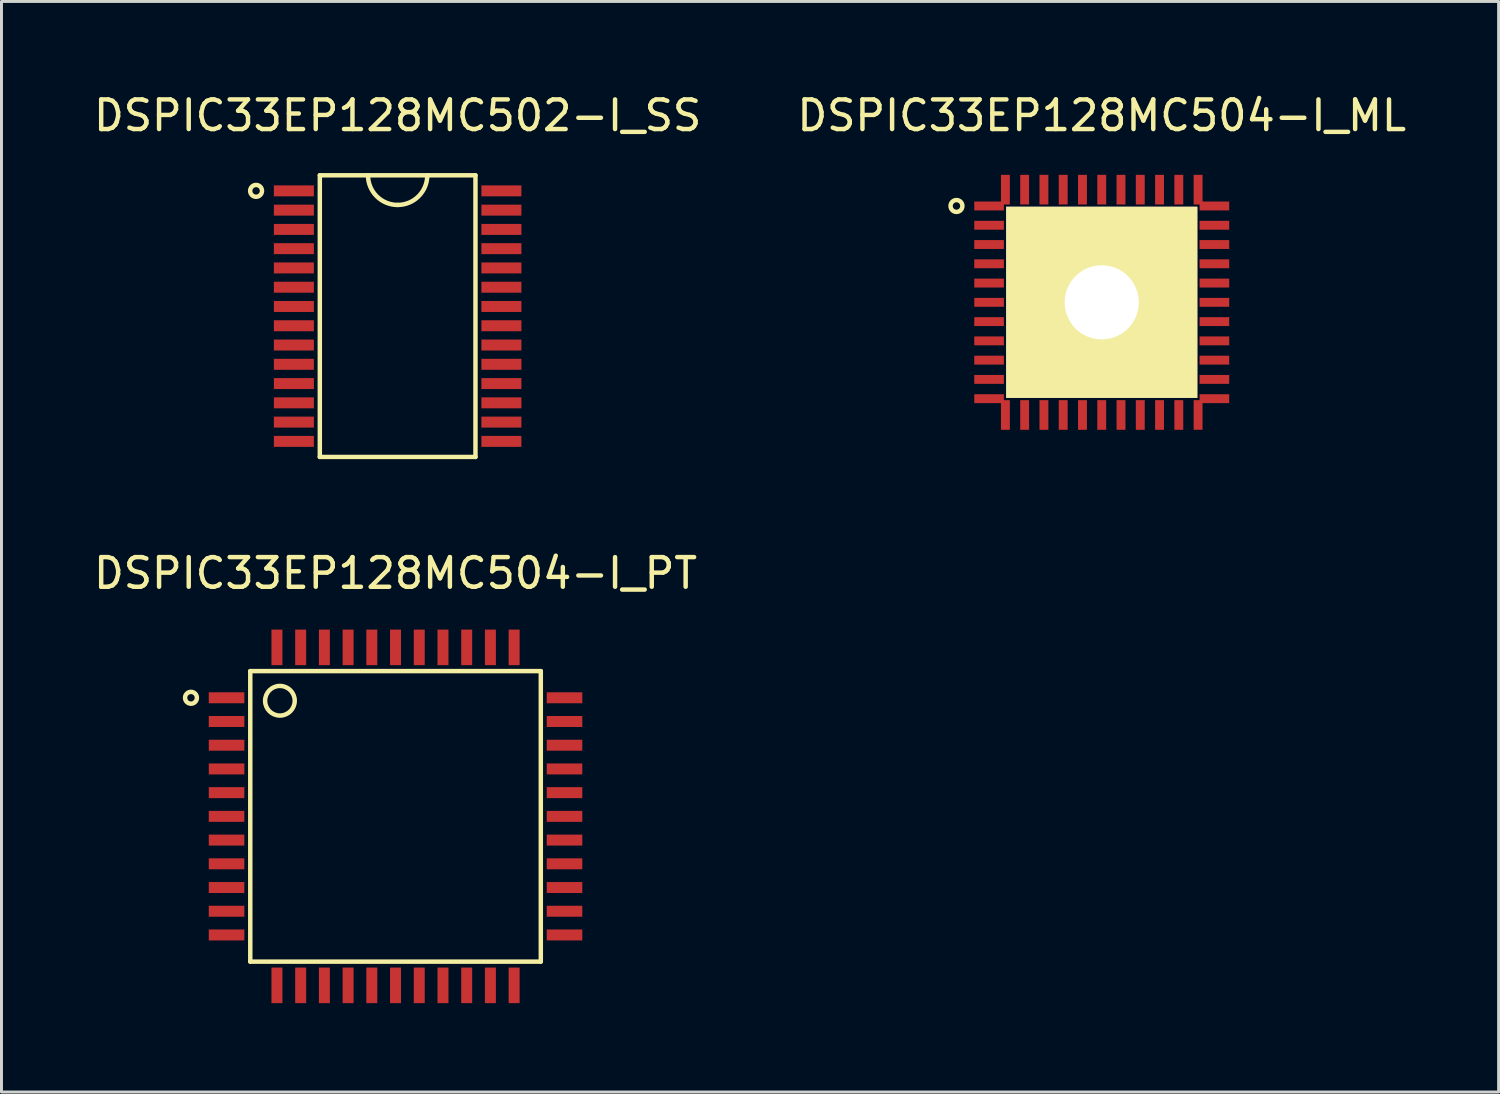
<source format=kicad_pcb>
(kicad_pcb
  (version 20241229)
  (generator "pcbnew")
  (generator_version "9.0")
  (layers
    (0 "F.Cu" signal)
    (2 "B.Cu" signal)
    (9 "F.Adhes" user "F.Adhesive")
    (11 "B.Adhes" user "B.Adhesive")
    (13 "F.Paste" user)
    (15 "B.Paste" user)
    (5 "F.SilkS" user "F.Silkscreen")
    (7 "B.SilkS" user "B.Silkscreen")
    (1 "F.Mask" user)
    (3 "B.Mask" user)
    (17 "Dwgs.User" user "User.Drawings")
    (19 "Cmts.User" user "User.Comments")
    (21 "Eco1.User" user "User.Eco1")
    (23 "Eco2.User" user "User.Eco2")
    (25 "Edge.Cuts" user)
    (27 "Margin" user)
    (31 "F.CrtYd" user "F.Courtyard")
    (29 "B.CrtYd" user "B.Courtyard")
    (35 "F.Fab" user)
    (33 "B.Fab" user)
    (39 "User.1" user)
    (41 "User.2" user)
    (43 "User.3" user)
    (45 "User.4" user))
  (footprint "DSPIC33EP128MC502-I_SS"
    (layer "F.Cu")
    (at 6.863 3.388)
    (property "Reference" "DSPIC33EP128MC502-I_SS" (at 3.5 -2.54 0) (layer "F.SilkS") (effects (font (size 1 1) (thickness 0.15))))
    (attr through_hole)
    (fp_line (start 0.875 -0.525) (end 6.125 -0.525) (stroke (width 0.15) (type solid)) (layer "F.SilkS"))
    (fp_line (start 0.875 8.975) (end 0.875 -0.525) (stroke (width 0.15) (type solid)) (layer "F.SilkS"))
    (fp_line (start 6.125 -0.525) (end 6.125 8.975) (stroke (width 0.15) (type solid)) (layer "F.SilkS"))
    (fp_line (start 6.125 8.975) (end 0.875 8.975) (stroke (width 0.15) (type solid)) (layer "F.SilkS"))
    (fp_arc (start 3.5 0.475) (mid 2.792893 0.182107) (end 2.5 -0.525) (stroke (width 0.15) (type solid)) (layer "F.SilkS"))
    (fp_arc (start 4.5 -0.525) (mid 4.207107 0.182107) (end 3.5 0.475) (stroke (width 0.15) (type solid)) (layer "F.SilkS"))
    (fp_circle (center -1.275 0) (end -1.275 0.2) (stroke (width 0.15) (type solid)) (fill no) (layer "F.SilkS"))
    (pad "1" smd rect (at 0 0) (size 1.35 0.37) (layers "F.Cu" "F.Mask" "F.Paste"))
    (pad "2" smd rect (at 0 0.65) (size 1.35 0.37) (layers "F.Cu" "F.Mask" "F.Paste"))
    (pad "3" smd rect (at 0 1.3) (size 1.35 0.37) (layers "F.Cu" "F.Mask" "F.Paste"))
    (pad "4" smd rect (at 0 1.95) (size 1.35 0.37) (layers "F.Cu" "F.Mask" "F.Paste"))
    (pad "5" smd rect (at 0 2.6) (size 1.35 0.37) (layers "F.Cu" "F.Mask" "F.Paste"))
    (pad "6" smd rect (at 0 3.25) (size 1.35 0.37) (layers "F.Cu" "F.Mask" "F.Paste"))
    (pad "7" smd rect (at 0 3.9) (size 1.35 0.37) (layers "F.Cu" "F.Mask" "F.Paste"))
    (pad "8" smd rect (at 0 4.55) (size 1.35 0.37) (layers "F.Cu" "F.Mask" "F.Paste"))
    (pad "9" smd rect (at 0 5.2) (size 1.35 0.37) (layers "F.Cu" "F.Mask" "F.Paste"))
    (pad "10" smd rect (at 0 5.85) (size 1.35 0.37) (layers "F.Cu" "F.Mask" "F.Paste"))
    (pad "11" smd rect (at 0 6.5) (size 1.35 0.37) (layers "F.Cu" "F.Mask" "F.Paste"))
    (pad "12" smd rect (at 0 7.15) (size 1.35 0.37) (layers "F.Cu" "F.Mask" "F.Paste"))
    (pad "13" smd rect (at 0 7.8) (size 1.35 0.37) (layers "F.Cu" "F.Mask" "F.Paste"))
    (pad "14" smd rect (at 0 8.45) (size 1.35 0.37) (layers "F.Cu" "F.Mask" "F.Paste"))
    (pad "15" smd rect (at 7 8.45) (size 1.35 0.37) (layers "F.Cu" "F.Mask" "F.Paste"))
    (pad "16" smd rect (at 7 7.8) (size 1.35 0.37) (layers "F.Cu" "F.Mask" "F.Paste"))
    (pad "17" smd rect (at 7 7.15) (size 1.35 0.37) (layers "F.Cu" "F.Mask" "F.Paste"))
    (pad "18" smd rect (at 7 6.5) (size 1.35 0.37) (layers "F.Cu" "F.Mask" "F.Paste"))
    (pad "19" smd rect (at 7 5.85) (size 1.35 0.37) (layers "F.Cu" "F.Mask" "F.Paste"))
    (pad "20" smd rect (at 7 5.2) (size 1.35 0.37) (layers "F.Cu" "F.Mask" "F.Paste"))
    (pad "21" smd rect (at 7 4.55) (size 1.35 0.37) (layers "F.Cu" "F.Mask" "F.Paste"))
    (pad "22" smd rect (at 7 3.9) (size 1.35 0.37) (layers "F.Cu" "F.Mask" "F.Paste"))
    (pad "23" smd rect (at 7 3.25) (size 1.35 0.37) (layers "F.Cu" "F.Mask" "F.Paste"))
    (pad "24" smd rect (at 7 2.6) (size 1.35 0.37) (layers "F.Cu" "F.Mask" "F.Paste"))
    (pad "25" smd rect (at 7 1.95) (size 1.35 0.37) (layers "F.Cu" "F.Mask" "F.Paste"))
    (pad "26" smd rect (at 7 1.3) (size 1.35 0.37) (layers "F.Cu" "F.Mask" "F.Paste"))
    (pad "27" smd rect (at 7 0.65) (size 1.35 0.37) (layers "F.Cu" "F.Mask" "F.Paste"))
    (pad "28" smd rect (at 7 0) (size 1.35 0.37) (layers "F.Cu" "F.Mask" "F.Paste")))
  (footprint "DSPIC33EP128MC504-I_ML"
    (layer "F.Cu")
    (at 30.313 3.348)
    (property "Reference" "DSPIC33EP128MC504-I_ML" (at 3.8 -2.5 0) (layer "F.SilkS") (effects (font (size 1 1) (thickness 0.15))))
    (attr through_hole)
    (fp_line (start 0.7 0.7) (end 0.7 6.9) (stroke (width 0.15) (type solid)) (layer "F.SilkS"))
    (fp_line (start 0.7 0.7) (end 6.9 0.7) (stroke (width 0.15) (type solid)) (layer "F.SilkS"))
    (fp_line (start 0.7 6.9) (end 6.9 6.9) (stroke (width 0.15) (type solid)) (layer "F.SilkS"))
    (fp_line (start 6.9 6.9) (end 6.9 0.7) (stroke (width 0.15) (type solid)) (layer "F.SilkS"))
    (fp_circle (center -1.1 0.55) (end -1.1 0.35) (stroke (width 0.15) (type solid)) (fill no) (layer "F.SilkS"))
    (fp_circle (center 1.7 1.7) (end 1.7 1.2) (stroke (width 0.15) (type solid)) (fill no) (layer "F.SilkS"))
    (pad "1" smd rect (at 0 0.55) (size 1 0.3) (layers "F.Cu" "F.Mask" "F.Paste"))
    (pad "2" smd rect (at 0 1.2) (size 1 0.3) (layers "F.Cu" "F.Mask" "F.Paste"))
    (pad "3" smd rect (at 0 1.85) (size 1 0.3) (layers "F.Cu" "F.Mask" "F.Paste"))
    (pad "4" smd rect (at 0 2.5) (size 1 0.3) (layers "F.Cu" "F.Mask" "F.Paste"))
    (pad "5" smd rect (at 0 3.15) (size 1 0.3) (layers "F.Cu" "F.Mask" "F.Paste"))
    (pad "6" smd rect (at 0 3.8) (size 1 0.3) (layers "F.Cu" "F.Mask" "F.Paste"))
    (pad "7" smd rect (at 0 4.45) (size 1 0.3) (layers "F.Cu" "F.Mask" "F.Paste"))
    (pad "8" smd rect (at 0 5.1) (size 1 0.3) (layers "F.Cu" "F.Mask" "F.Paste"))
    (pad "9" smd rect (at 0 5.75) (size 1 0.3) (layers "F.Cu" "F.Mask" "F.Paste"))
    (pad "10" smd rect (at 0 6.4) (size 1 0.3) (layers "F.Cu" "F.Mask" "F.Paste"))
    (pad "11" smd rect (at 0 7.05) (size 1 0.3) (layers "F.Cu" "F.Mask" "F.Paste"))
    (pad "12" smd rect (at 0.55 7.6) (size 0.3 1) (layers "F.Cu" "F.Mask" "F.Paste"))
    (pad "13" smd rect (at 1.2 7.6) (size 0.3 1) (layers "F.Cu" "F.Mask" "F.Paste"))
    (pad "14" smd rect (at 1.85 7.6) (size 0.3 1) (layers "F.Cu" "F.Mask" "F.Paste"))
    (pad "15" smd rect (at 2.5 7.6) (size 0.3 1) (layers "F.Cu" "F.Mask" "F.Paste"))
    (pad "16" smd rect (at 3.15 7.6) (size 0.3 1) (layers "F.Cu" "F.Mask" "F.Paste"))
    (pad "17" smd rect (at 3.8 7.6) (size 0.3 1) (layers "F.Cu" "F.Mask" "F.Paste"))
    (pad "18" smd rect (at 4.45 7.6) (size 0.3 1) (layers "F.Cu" "F.Mask" "F.Paste"))
    (pad "19" smd rect (at 5.1 7.6) (size 0.3 1) (layers "F.Cu" "F.Mask" "F.Paste"))
    (pad "20" smd rect (at 5.75 7.6) (size 0.3 1) (layers "F.Cu" "F.Mask" "F.Paste"))
    (pad "21" smd rect (at 6.4 7.6) (size 0.3 1) (layers "F.Cu" "F.Mask" "F.Paste"))
    (pad "22" smd rect (at 7.05 7.6) (size 0.3 1) (layers "F.Cu" "F.Mask" "F.Paste"))
    (pad "23" smd rect (at 7.6 7.05) (size 1 0.3) (layers "F.Cu" "F.Mask" "F.Paste"))
    (pad "24" smd rect (at 7.6 6.4) (size 1 0.3) (layers "F.Cu" "F.Mask" "F.Paste"))
    (pad "25" smd rect (at 7.6 5.75) (size 1 0.3) (layers "F.Cu" "F.Mask" "F.Paste"))
    (pad "26" smd rect (at 7.6 5.1) (size 1 0.3) (layers "F.Cu" "F.Mask" "F.Paste"))
    (pad "27" smd rect (at 7.6 4.45) (size 1 0.3) (layers "F.Cu" "F.Mask" "F.Paste"))
    (pad "28" smd rect (at 7.6 3.8) (size 1 0.3) (layers "F.Cu" "F.Mask" "F.Paste"))
    (pad "29" smd rect (at 7.6 3.15) (size 1 0.3) (layers "F.Cu" "F.Mask" "F.Paste"))
    (pad "30" smd rect (at 7.6 2.5) (size 1 0.3) (layers "F.Cu" "F.Mask" "F.Paste"))
    (pad "31" smd rect (at 7.6 1.85) (size 1 0.3) (layers "F.Cu" "F.Mask" "F.Paste"))
    (pad "32" smd rect (at 7.6 1.2) (size 1 0.3) (layers "F.Cu" "F.Mask" "F.Paste"))
    (pad "33" smd rect (at 7.6 0.55) (size 1 0.3) (layers "F.Cu" "F.Mask" "F.Paste"))
    (pad "34" smd rect (at 7.05 0) (size 0.3 1) (layers "F.Cu" "F.Mask" "F.Paste"))
    (pad "35" smd rect (at 6.4 0) (size 0.3 1) (layers "F.Cu" "F.Mask" "F.Paste"))
    (pad "36" smd rect (at 5.75 0) (size 0.3 1) (layers "F.Cu" "F.Mask" "F.Paste"))
    (pad "37" smd rect (at 5.1 0) (size 0.3 1) (layers "F.Cu" "F.Mask" "F.Paste"))
    (pad "38" smd rect (at 4.45 0) (size 0.3 1) (layers "F.Cu" "F.Mask" "F.Paste"))
    (pad "39" smd rect (at 3.8 0) (size 0.3 1) (layers "F.Cu" "F.Mask" "F.Paste"))
    (pad "40" smd rect (at 3.15 0) (size 0.3 1) (layers "F.Cu" "F.Mask" "F.Paste"))
    (pad "41" smd rect (at 2.5 0) (size 0.3 1) (layers "F.Cu" "F.Mask" "F.Paste"))
    (pad "42" smd rect (at 1.85 0) (size 0.3 1) (layers "F.Cu" "F.Mask" "F.Paste"))
    (pad "43" smd rect (at 1.2 0) (size 0.3 1) (layers "F.Cu" "F.Mask" "F.Paste"))
    (pad "44" smd rect (at 0.55 0) (size 0.3 1) (layers "F.Cu" "F.Mask" "F.Paste"))
    (pad "999" thru_hole rect (at 3.8 3.8) (size 6.45 6.45) (drill 2.5) (layers "*.Cu" "*.Mask" "F.SilkS")))
  (footprint "DSPIC33EP128MC504-I_PT"
    (layer "F.Cu")
    (at 4.592 18.787)
    (property "Reference" "DSPIC33EP128MC504-I_PT" (at 5.7 -2.5 0) (layer "F.SilkS") (effects (font (size 1 1) (thickness 0.15))))
    (attr through_hole)
    (fp_line (start 0.8 0.8) (end 0.8 10.6) (stroke (width 0.15) (type solid)) (layer "F.SilkS"))
    (fp_line (start 0.8 0.8) (end 10.6 0.8) (stroke (width 0.15) (type solid)) (layer "F.SilkS"))
    (fp_line (start 0.8 10.6) (end 10.6 10.6) (stroke (width 0.15) (type solid)) (layer "F.SilkS"))
    (fp_line (start 10.6 10.6) (end 10.6 0.8) (stroke (width 0.15) (type solid)) (layer "F.SilkS"))
    (fp_circle (center -1.2 1.7) (end -1.2 1.5) (stroke (width 0.15) (type solid)) (fill no) (layer "F.SilkS"))
    (fp_circle (center 1.8 1.8) (end 1.8 1.3) (stroke (width 0.15) (type solid)) (fill no) (layer "F.SilkS"))
    (pad "1" smd rect (at 0 1.7) (size 1.2 0.37) (layers "F.Cu" "F.Mask" "F.Paste"))
    (pad "2" smd rect (at 0 2.5) (size 1.2 0.37) (layers "F.Cu" "F.Mask" "F.Paste"))
    (pad "3" smd rect (at 0 3.3) (size 1.2 0.37) (layers "F.Cu" "F.Mask" "F.Paste"))
    (pad "4" smd rect (at 0 4.1) (size 1.2 0.37) (layers "F.Cu" "F.Mask" "F.Paste"))
    (pad "5" smd rect (at 0 4.9) (size 1.2 0.37) (layers "F.Cu" "F.Mask" "F.Paste"))
    (pad "6" smd rect (at 0 5.7) (size 1.2 0.37) (layers "F.Cu" "F.Mask" "F.Paste"))
    (pad "7" smd rect (at 0 6.5) (size 1.2 0.37) (layers "F.Cu" "F.Mask" "F.Paste"))
    (pad "8" smd rect (at 0 7.3) (size 1.2 0.37) (layers "F.Cu" "F.Mask" "F.Paste"))
    (pad "9" smd rect (at 0 8.1) (size 1.2 0.37) (layers "F.Cu" "F.Mask" "F.Paste"))
    (pad "10" smd rect (at 0 8.9) (size 1.2 0.37) (layers "F.Cu" "F.Mask" "F.Paste"))
    (pad "11" smd rect (at 0 9.7) (size 1.2 0.37) (layers "F.Cu" "F.Mask" "F.Paste"))
    (pad "12" smd rect (at 1.7 11.4) (size 0.37 1.2) (layers "F.Cu" "F.Mask" "F.Paste"))
    (pad "13" smd rect (at 2.5 11.4) (size 0.37 1.2) (layers "F.Cu" "F.Mask" "F.Paste"))
    (pad "14" smd rect (at 3.3 11.4) (size 0.37 1.2) (layers "F.Cu" "F.Mask" "F.Paste"))
    (pad "15" smd rect (at 4.1 11.4) (size 0.37 1.2) (layers "F.Cu" "F.Mask" "F.Paste"))
    (pad "16" smd rect (at 4.9 11.4) (size 0.37 1.2) (layers "F.Cu" "F.Mask" "F.Paste"))
    (pad "17" smd rect (at 5.7 11.4) (size 0.37 1.2) (layers "F.Cu" "F.Mask" "F.Paste"))
    (pad "18" smd rect (at 6.5 11.4) (size 0.37 1.2) (layers "F.Cu" "F.Mask" "F.Paste"))
    (pad "19" smd rect (at 7.3 11.4) (size 0.37 1.2) (layers "F.Cu" "F.Mask" "F.Paste"))
    (pad "20" smd rect (at 8.1 11.4) (size 0.37 1.2) (layers "F.Cu" "F.Mask" "F.Paste"))
    (pad "21" smd rect (at 8.9 11.4) (size 0.37 1.2) (layers "F.Cu" "F.Mask" "F.Paste"))
    (pad "22" smd rect (at 9.7 11.4) (size 0.37 1.2) (layers "F.Cu" "F.Mask" "F.Paste"))
    (pad "23" smd rect (at 11.4 9.7) (size 1.2 0.37) (layers "F.Cu" "F.Mask" "F.Paste"))
    (pad "24" smd rect (at 11.4 8.9) (size 1.2 0.37) (layers "F.Cu" "F.Mask" "F.Paste"))
    (pad "25" smd rect (at 11.4 8.1) (size 1.2 0.37) (layers "F.Cu" "F.Mask" "F.Paste"))
    (pad "26" smd rect (at 11.4 7.3) (size 1.2 0.37) (layers "F.Cu" "F.Mask" "F.Paste"))
    (pad "27" smd rect (at 11.4 6.5) (size 1.2 0.37) (layers "F.Cu" "F.Mask" "F.Paste"))
    (pad "28" smd rect (at 11.4 5.7) (size 1.2 0.37) (layers "F.Cu" "F.Mask" "F.Paste"))
    (pad "29" smd rect (at 11.4 4.9) (size 1.2 0.37) (layers "F.Cu" "F.Mask" "F.Paste"))
    (pad "30" smd rect (at 11.4 4.1) (size 1.2 0.37) (layers "F.Cu" "F.Mask" "F.Paste"))
    (pad "31" smd rect (at 11.4 3.3) (size 1.2 0.37) (layers "F.Cu" "F.Mask" "F.Paste"))
    (pad "32" smd rect (at 11.4 2.5) (size 1.2 0.37) (layers "F.Cu" "F.Mask" "F.Paste"))
    (pad "33" smd rect (at 11.4 1.7) (size 1.2 0.37) (layers "F.Cu" "F.Mask" "F.Paste"))
    (pad "34" smd rect (at 9.7 0) (size 0.37 1.2) (layers "F.Cu" "F.Mask" "F.Paste"))
    (pad "35" smd rect (at 8.9 0) (size 0.37 1.2) (layers "F.Cu" "F.Mask" "F.Paste"))
    (pad "36" smd rect (at 8.1 0) (size 0.37 1.2) (layers "F.Cu" "F.Mask" "F.Paste"))
    (pad "37" smd rect (at 7.3 0) (size 0.37 1.2) (layers "F.Cu" "F.Mask" "F.Paste"))
    (pad "38" smd rect (at 6.5 0) (size 0.37 1.2) (layers "F.Cu" "F.Mask" "F.Paste"))
    (pad "39" smd rect (at 5.7 0) (size 0.37 1.2) (layers "F.Cu" "F.Mask" "F.Paste"))
    (pad "40" smd rect (at 4.9 0) (size 0.37 1.2) (layers "F.Cu" "F.Mask" "F.Paste"))
    (pad "41" smd rect (at 4.1 0) (size 0.37 1.2) (layers "F.Cu" "F.Mask" "F.Paste"))
    (pad "42" smd rect (at 3.3 0) (size 0.37 1.2) (layers "F.Cu" "F.Mask" "F.Paste"))
    (pad "43" smd rect (at 2.5 0) (size 0.37 1.2) (layers "F.Cu" "F.Mask" "F.Paste"))
    (pad "44" smd rect (at 1.7 0) (size 0.37 1.2) (layers "F.Cu" "F.Mask" "F.Paste")))
  (gr_rect
    (start -3 -3)
    (end 47.5 33.786)
    (stroke (width 0.1) (type default))
    (fill no)
    (layer "Edge.Cuts")))
</source>
